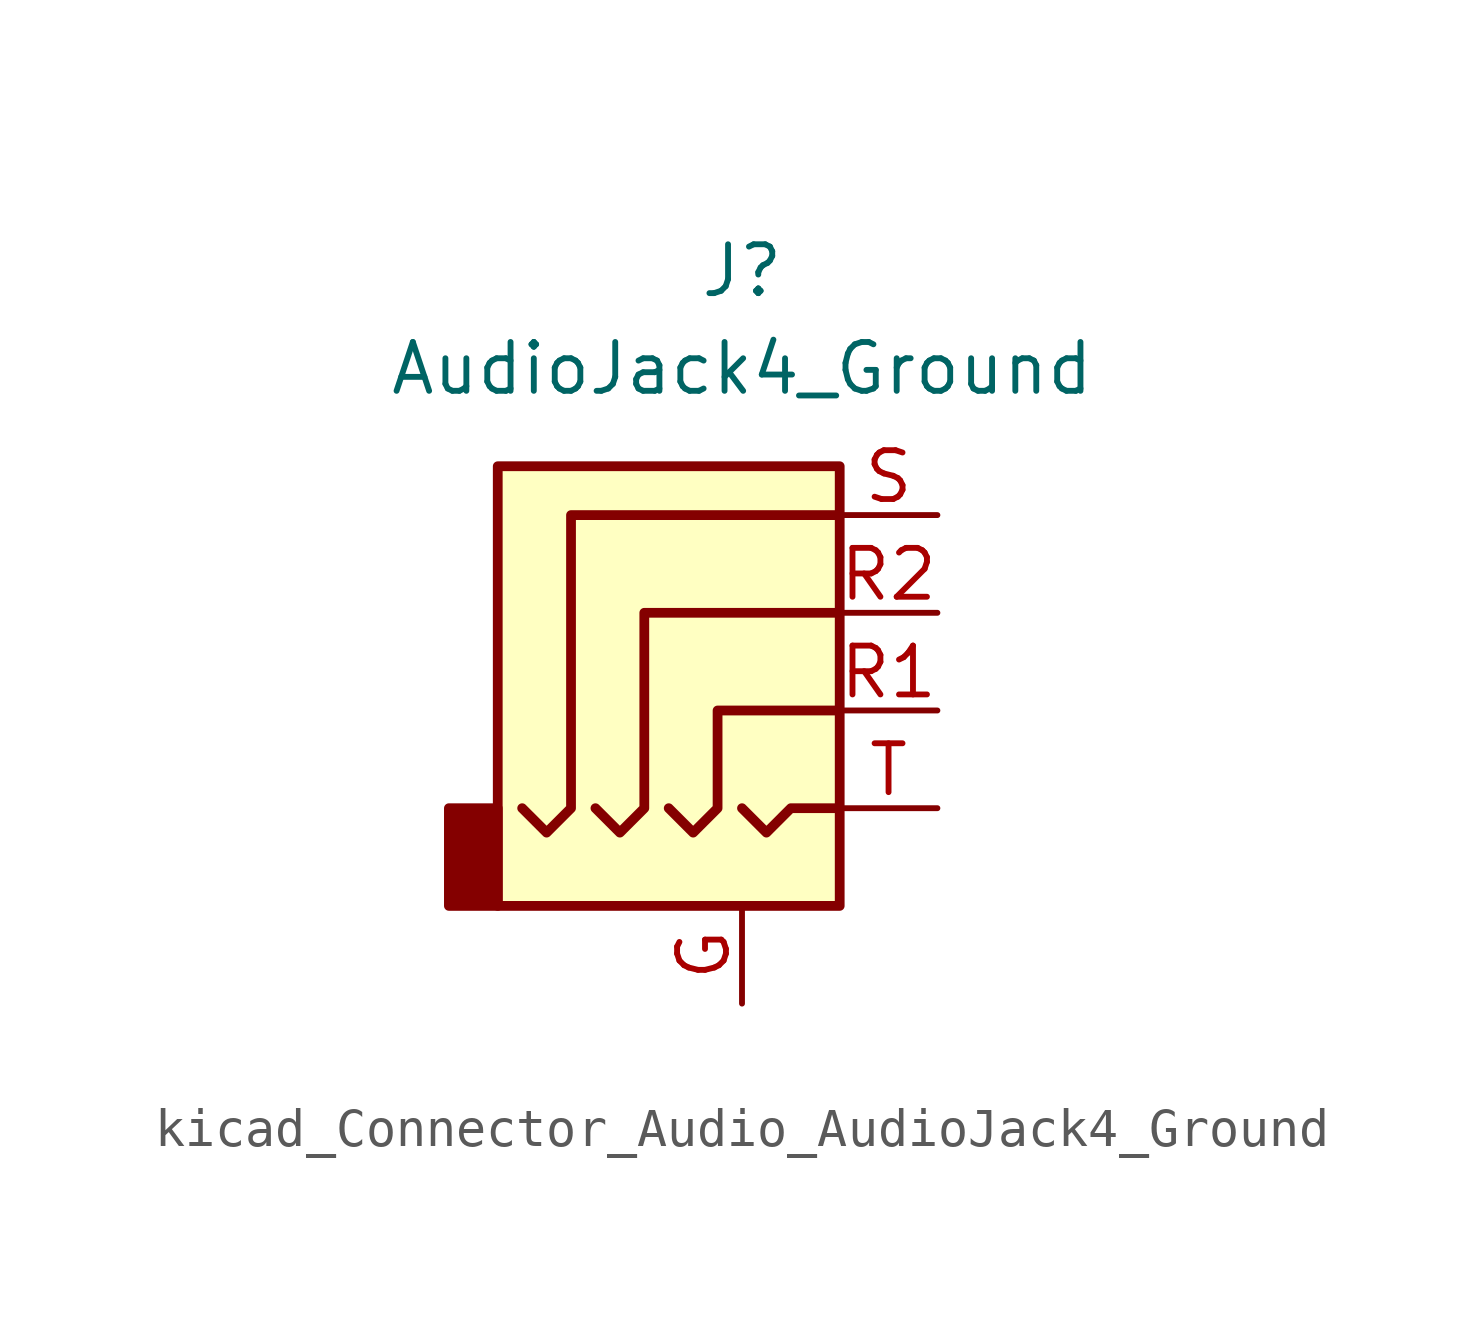
<source format=kicad_sym>
(kicad_symbol_lib
  (version 20220914)
  (generator kicad_symbol_editor)
  (symbol "kicad_Connector_Audio_AudioJack4_Ground"
    (property "Reference" "J"
      (at 0 8.89 0)
      (effects (font (size 1.27 1.27))))
    (property "Value" "AudioJack4_Ground"
      (at 0 6.35 0)
      (effects (font (size 1.27 1.27))))
    (symbol "kicad_Connector_Audio_AudioJack4_Ground_0_1"
      (rectangle (start -6.35 -7.62) (end -7.62 -5.08) (stroke (width 0.254) (type default)) (fill (type outline)))
      (polyline (pts (xy 0 -5.08) (xy 0.635 -5.715) (xy 1.27 -5.08) (xy 2.54 -5.08)) (stroke (width 0.254) (type default)) (fill (type none)))
      (polyline (pts (xy -5.715 -5.08) (xy -5.08 -5.715) (xy -4.445 -5.08) (xy -4.445 2.54) (xy 2.54 2.54)) (stroke (width 0.254) (type default)) (fill (type none)))
      (polyline (pts (xy -1.905 -5.08) (xy -1.27 -5.715) (xy -0.635 -5.08) (xy -0.635 -2.54) (xy 2.54 -2.54)) (stroke (width 0.254) (type default)) (fill (type none)))
      (polyline (pts (xy 2.54 0) (xy -2.54 0) (xy -2.54 -5.08) (xy -3.175 -5.715) (xy -3.81 -5.08)) (stroke (width 0.254) (type default)) (fill (type none)))
      (rectangle (start 2.54 3.81) (end -6.35 -7.62) (stroke (width 0.254) (type default)) (fill (type background))))
    (symbol "kicad_Connector_Audio_AudioJack4_Ground_1_1"
      (pin passive line (at 0 -10.16 90) (length 2.54) (name "~" (effects (font (size 1.27 1.27)))) (number "G" (effects (font (size 1.27 1.27)))))
      (pin passive line (at 5.08 -2.54 180) (length 2.54) (name "~" (effects (font (size 1.27 1.27)))) (number "R1" (effects (font (size 1.27 1.27)))))
      (pin passive line (at 5.08 0 180) (length 2.54) (name "~" (effects (font (size 1.27 1.27)))) (number "R2" (effects (font (size 1.27 1.27)))))
      (pin passive line (at 5.08 2.54 180) (length 2.54) (name "~" (effects (font (size 1.27 1.27)))) (number "S" (effects (font (size 1.27 1.27)))))
      (pin passive line (at 5.08 -5.08 180) (length 2.54) (name "~" (effects (font (size 1.27 1.27)))) (number "T" (effects (font (size 1.27 1.27))))))))
</source>
